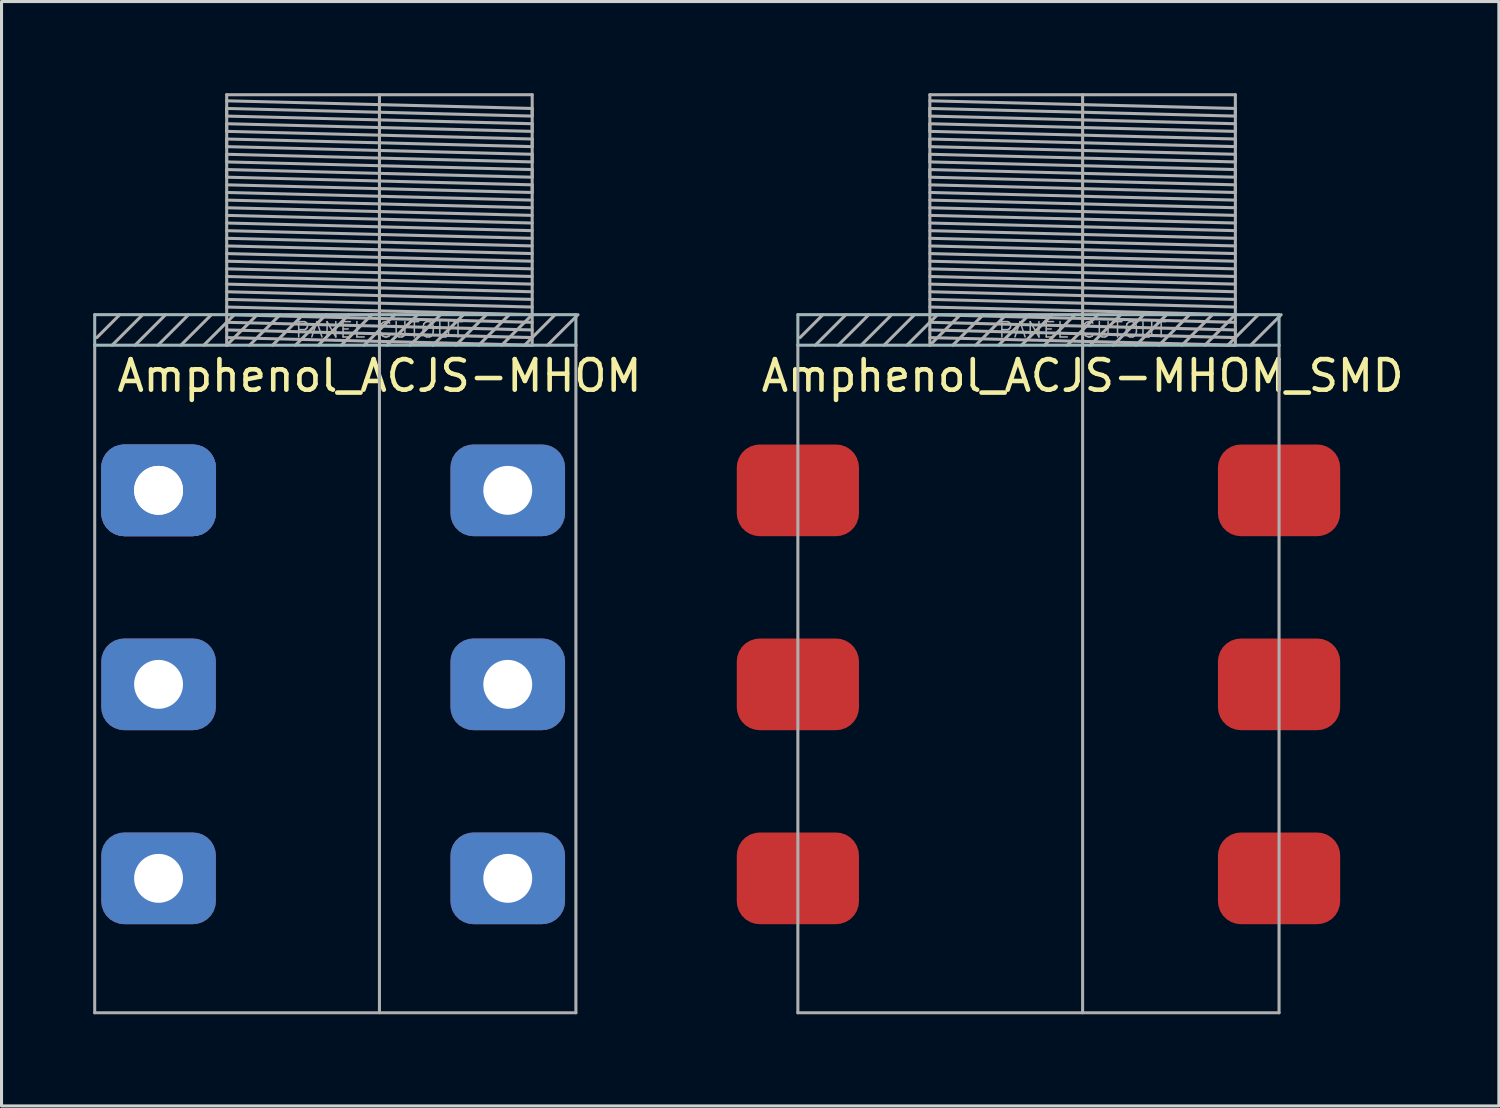
<source format=kicad_pcb>
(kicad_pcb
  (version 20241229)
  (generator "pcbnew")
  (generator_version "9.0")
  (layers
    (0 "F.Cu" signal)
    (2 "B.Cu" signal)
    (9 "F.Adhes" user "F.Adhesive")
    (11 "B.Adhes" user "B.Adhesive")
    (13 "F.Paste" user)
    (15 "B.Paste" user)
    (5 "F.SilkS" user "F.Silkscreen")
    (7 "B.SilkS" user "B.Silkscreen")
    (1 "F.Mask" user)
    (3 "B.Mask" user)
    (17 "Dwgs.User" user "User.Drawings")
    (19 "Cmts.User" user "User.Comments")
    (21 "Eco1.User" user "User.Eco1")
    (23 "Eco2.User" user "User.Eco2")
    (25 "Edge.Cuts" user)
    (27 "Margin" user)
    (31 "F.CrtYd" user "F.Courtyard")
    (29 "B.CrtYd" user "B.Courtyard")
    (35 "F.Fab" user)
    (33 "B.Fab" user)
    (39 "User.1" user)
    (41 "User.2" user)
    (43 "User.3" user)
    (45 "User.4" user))
  (footprint "Amphenol_ACJS-MHOM_SMD"
    (layer "F.Cu")
    (at 32.386 8.25)
    (property "Reference" "Amphenol_ACJS-MHOM_SMD" (at 0 1 0) (layer "F.SilkS") (effects (font (size 1 1) (thickness 0.15))))
    (attr through_hole)
    (fp_poly (pts (xy -9.32 0) (xy -9.32 -1) (xy 6.43 -1) (xy 6.43 0)) (stroke (width 0.01) (type solid)) (fill no) (layer "B.CrtYd"))
    (fp_line (start -9.32 -1) (end 6.43 -1) (stroke (width 0.1) (type solid)) (layer "F.Fab"))
    (fp_line (start -9.32 0) (end -9.32 -1) (stroke (width 0.1) (type solid)) (layer "F.Fab"))
    (fp_line (start -9.32 21.85) (end -9.32 0) (stroke (width 0.1) (type solid)) (layer "F.Fab"))
    (fp_line (start -8.5 -1) (end -9.25 -0.25) (stroke (width 0.1) (type solid)) (layer "F.Fab"))
    (fp_line (start -8 0) (end -7 -1) (stroke (width 0.1) (type solid)) (layer "F.Fab"))
    (fp_line (start -7.75 -1) (end -8.75 0) (stroke (width 0.1) (type solid)) (layer "F.Fab"))
    (fp_line (start -6.25 -1) (end -7.25 0) (stroke (width 0.1) (type solid)) (layer "F.Fab"))
    (fp_line (start -5.5 -1) (end -6.5 0) (stroke (width 0.1) (type solid)) (layer "F.Fab"))
    (fp_line (start -5 -8.2) (end 5 -8.2) (stroke (width 0.1) (type solid)) (layer "F.Fab"))
    (fp_line (start -5 -8) (end 5 -7.75) (stroke (width 0.1) (type solid)) (layer "F.Fab"))
    (fp_line (start -5 -7.75) (end -5 -7.5) (stroke (width 0.1) (type solid)) (layer "F.Fab"))
    (fp_line (start -5 -7.5) (end 5 -7.25) (stroke (width 0.1) (type solid)) (layer "F.Fab"))
    (fp_line (start -5 -7.25) (end -5 -7) (stroke (width 0.1) (type solid)) (layer "F.Fab"))
    (fp_line (start -5 -7) (end 5 -6.75) (stroke (width 0.1) (type solid)) (layer "F.Fab"))
    (fp_line (start -5 -6.75) (end -5 -6.5) (stroke (width 0.1) (type solid)) (layer "F.Fab"))
    (fp_line (start -5 -6.5) (end 5 -6.25) (stroke (width 0.1) (type solid)) (layer "F.Fab"))
    (fp_line (start -5 -6.25) (end -5 -6) (stroke (width 0.1) (type solid)) (layer "F.Fab"))
    (fp_line (start -5 -6) (end 5 -5.75) (stroke (width 0.1) (type solid)) (layer "F.Fab"))
    (fp_line (start -5 -5.75) (end -5 -5.5) (stroke (width 0.1) (type solid)) (layer "F.Fab"))
    (fp_line (start -5 -5.5) (end 5 -5.25) (stroke (width 0.1) (type solid)) (layer "F.Fab"))
    (fp_line (start -5 -5.25) (end 5 -5) (stroke (width 0.1) (type solid)) (layer "F.Fab"))
    (fp_line (start -5 -5) (end 5 -4.75) (stroke (width 0.1) (type solid)) (layer "F.Fab"))
    (fp_line (start -5 -4.75) (end 5 -4.5) (stroke (width 0.1) (type solid)) (layer "F.Fab"))
    (fp_line (start -5 -4.5) (end 5 -4.25) (stroke (width 0.1) (type solid)) (layer "F.Fab"))
    (fp_line (start -5 -4.25) (end 5 -4) (stroke (width 0.1) (type solid)) (layer "F.Fab"))
    (fp_line (start -5 -4) (end 5 -3.75) (stroke (width 0.1) (type solid)) (layer "F.Fab"))
    (fp_line (start -5 -3.75) (end 5 -3.5) (stroke (width 0.1) (type solid)) (layer "F.Fab"))
    (fp_line (start -5 -3.5) (end 5 -3.25) (stroke (width 0.1) (type solid)) (layer "F.Fab"))
    (fp_line (start -5 -3.25) (end 5 -3) (stroke (width 0.1) (type solid)) (layer "F.Fab"))
    (fp_line (start -5 -3) (end 5 -2.75) (stroke (width 0.1) (type solid)) (layer "F.Fab"))
    (fp_line (start -5 -2.75) (end 5 -2.5) (stroke (width 0.1) (type solid)) (layer "F.Fab"))
    (fp_line (start -5 -2.5) (end 5 -2.25) (stroke (width 0.1) (type solid)) (layer "F.Fab"))
    (fp_line (start -5 -2.25) (end 5 -2) (stroke (width 0.1) (type solid)) (layer "F.Fab"))
    (fp_line (start -5 -2) (end 5 -1.75) (stroke (width 0.1) (type solid)) (layer "F.Fab"))
    (fp_line (start -5 -1.75) (end 5 -1.5) (stroke (width 0.1) (type solid)) (layer "F.Fab"))
    (fp_line (start -5 -1.5) (end 5 -1.25) (stroke (width 0.1) (type solid)) (layer "F.Fab"))
    (fp_line (start -5 -1.25) (end 5 -1) (stroke (width 0.1) (type solid)) (layer "F.Fab"))
    (fp_line (start -5 -1) (end 5 -0.75) (stroke (width 0.1) (type solid)) (layer "F.Fab"))
    (fp_line (start -5 -0.75) (end 5 -0.5) (stroke (width 0.1) (type solid)) (layer "F.Fab"))
    (fp_line (start -5 -0.5) (end 5 -0.25) (stroke (width 0.1) (type solid)) (layer "F.Fab"))
    (fp_line (start -5 -0.25) (end 5 0) (stroke (width 0.1) (type solid)) (layer "F.Fab"))
    (fp_line (start -5 0) (end -5 -8.2) (stroke (width 0.1) (type solid)) (layer "F.Fab"))
    (fp_line (start -5 0) (end -4 -1) (stroke (width 0.1) (type solid)) (layer "F.Fab"))
    (fp_line (start -4.75 -1) (end -5.75 0) (stroke (width 0.1) (type solid)) (layer "F.Fab"))
    (fp_line (start -4.25 0) (end -3.25 -1) (stroke (width 0.1) (type solid)) (layer "F.Fab"))
    (fp_line (start -3.5 0) (end -2.5 -1) (stroke (width 0.1) (type solid)) (layer "F.Fab"))
    (fp_line (start -2.75 0) (end -1.75 -1) (stroke (width 0.1) (type solid)) (layer "F.Fab"))
    (fp_line (start -2 0) (end -1 -1) (stroke (width 0.1) (type solid)) (layer "F.Fab"))
    (fp_line (start -0.5 0) (end 0.5 -1) (stroke (width 0.1) (type solid)) (layer "F.Fab"))
    (fp_line (start -0.25 -1) (end -1.25 0) (stroke (width 0.1) (type solid)) (layer "F.Fab"))
    (fp_line (start 0 0) (end -9.32 0) (stroke (width 0.1) (type solid)) (layer "F.Fab"))
    (fp_line (start 0 0) (end 6.43 0) (stroke (width 0.1) (type solid)) (layer "F.Fab"))
    (fp_line (start 0 21.85) (end 0 -8.2) (stroke (width 0.1) (type solid)) (layer "F.Fab"))
    (fp_line (start 1 0) (end 2 -1) (stroke (width 0.1) (type solid)) (layer "F.Fab"))
    (fp_line (start 1.25 -1) (end 0.25 0) (stroke (width 0.1) (type solid)) (layer "F.Fab"))
    (fp_line (start 2.5 0) (end 3.5 -1) (stroke (width 0.1) (type solid)) (layer "F.Fab"))
    (fp_line (start 2.75 -1) (end 1.75 0) (stroke (width 0.1) (type solid)) (layer "F.Fab"))
    (fp_line (start 4 0) (end 5 -1) (stroke (width 0.1) (type solid)) (layer "F.Fab"))
    (fp_line (start 4.25 -1) (end 3.25 0) (stroke (width 0.1) (type solid)) (layer "F.Fab"))
    (fp_line (start 4.75 0) (end 5.75 -1) (stroke (width 0.1) (type solid)) (layer "F.Fab"))
    (fp_line (start 5 -8.2) (end 5 0) (stroke (width 0.1) (type solid)) (layer "F.Fab"))
    (fp_line (start 5 -7.75) (end 5 -7.5) (stroke (width 0.1) (type solid)) (layer "F.Fab"))
    (fp_line (start 5 -7.5) (end -5 -7.75) (stroke (width 0.1) (type solid)) (layer "F.Fab"))
    (fp_line (start 5 -7.25) (end 5 -7) (stroke (width 0.1) (type solid)) (layer "F.Fab"))
    (fp_line (start 5 -7) (end -5 -7.25) (stroke (width 0.1) (type solid)) (layer "F.Fab"))
    (fp_line (start 5 -6.75) (end 5 -6.5) (stroke (width 0.1) (type solid)) (layer "F.Fab"))
    (fp_line (start 5 -6.5) (end -5 -6.75) (stroke (width 0.1) (type solid)) (layer "F.Fab"))
    (fp_line (start 5 -6.25) (end 5 -6) (stroke (width 0.1) (type solid)) (layer "F.Fab"))
    (fp_line (start 5 -6) (end -5 -6.25) (stroke (width 0.1) (type solid)) (layer "F.Fab"))
    (fp_line (start 5 -5.75) (end 5 -5.5) (stroke (width 0.1) (type solid)) (layer "F.Fab"))
    (fp_line (start 5 -5.5) (end -5 -5.75) (stroke (width 0.1) (type solid)) (layer "F.Fab"))
    (fp_line (start 5 -5.25) (end 5 -5) (stroke (width 0.1) (type solid)) (layer "F.Fab"))
    (fp_line (start 5.5 0) (end 6.5 -1) (stroke (width 0.1) (type solid)) (layer "F.Fab"))
    (fp_line (start 6.43 -1) (end 6.43 0) (stroke (width 0.1) (type solid)) (layer "F.Fab"))
    (fp_line (start 6.43 0) (end 6.43 21.85) (stroke (width 0.1) (type solid)) (layer "F.Fab"))
    (fp_line (start 6.43 21.85) (end -9.32 21.85) (stroke (width 0.1) (type solid)) (layer "F.Fab"))
    (fp_text user "PANEL CUTOUT" (at 0 -0.5 0) (layer "F.Fab") (effects (font (size 0.5 0.5) (thickness 0.05))))
    (pad "R" smd roundrect (at -9.32 11.1 180) (size 4 3) (layers "F.Cu" "F.Mask" "F.Paste") (roundrect_rratio 0.25))
    (pad "RN" smd roundrect (at 6.43 11.1) (size 4 3) (layers "F.Cu" "F.Mask" "F.Paste") (roundrect_rratio 0.25))
    (pad "S" smd roundrect (at -9.32 4.75) (size 4 3) (layers "F.Cu" "F.Mask" "F.Paste") (roundrect_rratio 0.25))
    (pad "SN" smd roundrect (at 6.43 4.75) (size 4 3) (layers "F.Cu" "F.Mask" "F.Paste") (roundrect_rratio 0.25))
    (pad "T" smd roundrect (at -9.32 17.45) (size 4 3) (layers "F.Cu" "F.Mask" "F.Paste") (roundrect_rratio 0.25))
    (pad "TN" smd roundrect (at 6.43 17.45) (size 4 3) (layers "F.Cu" "F.Mask" "F.Paste") (roundrect_rratio 0.25)))
  (footprint "Amphenol_ACJS-MHOM"
    (layer "F.Cu")
    (at 9.37 8.25)
    (property "Reference" "Amphenol_ACJS-MHOM" (at 0 1 0) (layer "F.SilkS") (effects (font (size 1 1) (thickness 0.15))))
    (attr through_hole)
    (fp_poly (pts (xy -9.32 0) (xy -9.32 -1) (xy 6.43 -1) (xy 6.43 0)) (stroke (width 0.01) (type solid)) (fill no) (layer "B.CrtYd"))
    (fp_line (start -9.32 -1) (end 6.43 -1) (stroke (width 0.1) (type solid)) (layer "F.Fab"))
    (fp_line (start -9.32 0) (end -9.32 -1) (stroke (width 0.1) (type solid)) (layer "F.Fab"))
    (fp_line (start -9.32 21.85) (end -9.32 0) (stroke (width 0.1) (type solid)) (layer "F.Fab"))
    (fp_line (start -8.5 -1) (end -9.25 -0.25) (stroke (width 0.1) (type solid)) (layer "F.Fab"))
    (fp_line (start -8 0) (end -7 -1) (stroke (width 0.1) (type solid)) (layer "F.Fab"))
    (fp_line (start -7.75 -1) (end -8.75 0) (stroke (width 0.1) (type solid)) (layer "F.Fab"))
    (fp_line (start -6.25 -1) (end -7.25 0) (stroke (width 0.1) (type solid)) (layer "F.Fab"))
    (fp_line (start -5.5 -1) (end -6.5 0) (stroke (width 0.1) (type solid)) (layer "F.Fab"))
    (fp_line (start -5 -8.2) (end 5 -8.2) (stroke (width 0.1) (type solid)) (layer "F.Fab"))
    (fp_line (start -5 -8) (end 5 -7.75) (stroke (width 0.1) (type solid)) (layer "F.Fab"))
    (fp_line (start -5 -7.75) (end -5 -7.5) (stroke (width 0.1) (type solid)) (layer "F.Fab"))
    (fp_line (start -5 -7.5) (end 5 -7.25) (stroke (width 0.1) (type solid)) (layer "F.Fab"))
    (fp_line (start -5 -7.25) (end -5 -7) (stroke (width 0.1) (type solid)) (layer "F.Fab"))
    (fp_line (start -5 -7) (end 5 -6.75) (stroke (width 0.1) (type solid)) (layer "F.Fab"))
    (fp_line (start -5 -6.75) (end -5 -6.5) (stroke (width 0.1) (type solid)) (layer "F.Fab"))
    (fp_line (start -5 -6.5) (end 5 -6.25) (stroke (width 0.1) (type solid)) (layer "F.Fab"))
    (fp_line (start -5 -6.25) (end -5 -6) (stroke (width 0.1) (type solid)) (layer "F.Fab"))
    (fp_line (start -5 -6) (end 5 -5.75) (stroke (width 0.1) (type solid)) (layer "F.Fab"))
    (fp_line (start -5 -5.75) (end -5 -5.5) (stroke (width 0.1) (type solid)) (layer "F.Fab"))
    (fp_line (start -5 -5.5) (end 5 -5.25) (stroke (width 0.1) (type solid)) (layer "F.Fab"))
    (fp_line (start -5 -5.25) (end 5 -5) (stroke (width 0.1) (type solid)) (layer "F.Fab"))
    (fp_line (start -5 -5) (end 5 -4.75) (stroke (width 0.1) (type solid)) (layer "F.Fab"))
    (fp_line (start -5 -4.75) (end 5 -4.5) (stroke (width 0.1) (type solid)) (layer "F.Fab"))
    (fp_line (start -5 -4.5) (end 5 -4.25) (stroke (width 0.1) (type solid)) (layer "F.Fab"))
    (fp_line (start -5 -4.25) (end 5 -4) (stroke (width 0.1) (type solid)) (layer "F.Fab"))
    (fp_line (start -5 -4) (end 5 -3.75) (stroke (width 0.1) (type solid)) (layer "F.Fab"))
    (fp_line (start -5 -3.75) (end 5 -3.5) (stroke (width 0.1) (type solid)) (layer "F.Fab"))
    (fp_line (start -5 -3.5) (end 5 -3.25) (stroke (width 0.1) (type solid)) (layer "F.Fab"))
    (fp_line (start -5 -3.25) (end 5 -3) (stroke (width 0.1) (type solid)) (layer "F.Fab"))
    (fp_line (start -5 -3) (end 5 -2.75) (stroke (width 0.1) (type solid)) (layer "F.Fab"))
    (fp_line (start -5 -2.75) (end 5 -2.5) (stroke (width 0.1) (type solid)) (layer "F.Fab"))
    (fp_line (start -5 -2.5) (end 5 -2.25) (stroke (width 0.1) (type solid)) (layer "F.Fab"))
    (fp_line (start -5 -2.25) (end 5 -2) (stroke (width 0.1) (type solid)) (layer "F.Fab"))
    (fp_line (start -5 -2) (end 5 -1.75) (stroke (width 0.1) (type solid)) (layer "F.Fab"))
    (fp_line (start -5 -1.75) (end 5 -1.5) (stroke (width 0.1) (type solid)) (layer "F.Fab"))
    (fp_line (start -5 -1.5) (end 5 -1.25) (stroke (width 0.1) (type solid)) (layer "F.Fab"))
    (fp_line (start -5 -1.25) (end 5 -1) (stroke (width 0.1) (type solid)) (layer "F.Fab"))
    (fp_line (start -5 -1) (end 5 -0.75) (stroke (width 0.1) (type solid)) (layer "F.Fab"))
    (fp_line (start -5 -0.75) (end 5 -0.5) (stroke (width 0.1) (type solid)) (layer "F.Fab"))
    (fp_line (start -5 -0.5) (end 5 -0.25) (stroke (width 0.1) (type solid)) (layer "F.Fab"))
    (fp_line (start -5 -0.25) (end 5 0) (stroke (width 0.1) (type solid)) (layer "F.Fab"))
    (fp_line (start -5 0) (end -5 -8.2) (stroke (width 0.1) (type solid)) (layer "F.Fab"))
    (fp_line (start -5 0) (end -4 -1) (stroke (width 0.1) (type solid)) (layer "F.Fab"))
    (fp_line (start -4.75 -1) (end -5.75 0) (stroke (width 0.1) (type solid)) (layer "F.Fab"))
    (fp_line (start -4.25 0) (end -3.25 -1) (stroke (width 0.1) (type solid)) (layer "F.Fab"))
    (fp_line (start -3.5 0) (end -2.5 -1) (stroke (width 0.1) (type solid)) (layer "F.Fab"))
    (fp_line (start -2.75 0) (end -1.75 -1) (stroke (width 0.1) (type solid)) (layer "F.Fab"))
    (fp_line (start -2 0) (end -1 -1) (stroke (width 0.1) (type solid)) (layer "F.Fab"))
    (fp_line (start -0.5 0) (end 0.5 -1) (stroke (width 0.1) (type solid)) (layer "F.Fab"))
    (fp_line (start -0.25 -1) (end -1.25 0) (stroke (width 0.1) (type solid)) (layer "F.Fab"))
    (fp_line (start 0 0) (end -9.32 0) (stroke (width 0.1) (type solid)) (layer "F.Fab"))
    (fp_line (start 0 0) (end 6.43 0) (stroke (width 0.1) (type solid)) (layer "F.Fab"))
    (fp_line (start 0 21.85) (end 0 -8.2) (stroke (width 0.1) (type solid)) (layer "F.Fab"))
    (fp_line (start 1 0) (end 2 -1) (stroke (width 0.1) (type solid)) (layer "F.Fab"))
    (fp_line (start 1.25 -1) (end 0.25 0) (stroke (width 0.1) (type solid)) (layer "F.Fab"))
    (fp_line (start 2.5 0) (end 3.5 -1) (stroke (width 0.1) (type solid)) (layer "F.Fab"))
    (fp_line (start 2.75 -1) (end 1.75 0) (stroke (width 0.1) (type solid)) (layer "F.Fab"))
    (fp_line (start 4 0) (end 5 -1) (stroke (width 0.1) (type solid)) (layer "F.Fab"))
    (fp_line (start 4.25 -1) (end 3.25 0) (stroke (width 0.1) (type solid)) (layer "F.Fab"))
    (fp_line (start 4.75 0) (end 5.75 -1) (stroke (width 0.1) (type solid)) (layer "F.Fab"))
    (fp_line (start 5 -8.2) (end 5 0) (stroke (width 0.1) (type solid)) (layer "F.Fab"))
    (fp_line (start 5 -7.75) (end 5 -7.5) (stroke (width 0.1) (type solid)) (layer "F.Fab"))
    (fp_line (start 5 -7.5) (end -5 -7.75) (stroke (width 0.1) (type solid)) (layer "F.Fab"))
    (fp_line (start 5 -7.25) (end 5 -7) (stroke (width 0.1) (type solid)) (layer "F.Fab"))
    (fp_line (start 5 -7) (end -5 -7.25) (stroke (width 0.1) (type solid)) (layer "F.Fab"))
    (fp_line (start 5 -6.75) (end 5 -6.5) (stroke (width 0.1) (type solid)) (layer "F.Fab"))
    (fp_line (start 5 -6.5) (end -5 -6.75) (stroke (width 0.1) (type solid)) (layer "F.Fab"))
    (fp_line (start 5 -6.25) (end 5 -6) (stroke (width 0.1) (type solid)) (layer "F.Fab"))
    (fp_line (start 5 -6) (end -5 -6.25) (stroke (width 0.1) (type solid)) (layer "F.Fab"))
    (fp_line (start 5 -5.75) (end 5 -5.5) (stroke (width 0.1) (type solid)) (layer "F.Fab"))
    (fp_line (start 5 -5.5) (end -5 -5.75) (stroke (width 0.1) (type solid)) (layer "F.Fab"))
    (fp_line (start 5 -5.25) (end 5 -5) (stroke (width 0.1) (type solid)) (layer "F.Fab"))
    (fp_line (start 5.5 0) (end 6.5 -1) (stroke (width 0.1) (type solid)) (layer "F.Fab"))
    (fp_line (start 6.43 -1) (end 6.43 0) (stroke (width 0.1) (type solid)) (layer "F.Fab"))
    (fp_line (start 6.43 0) (end 6.43 21.85) (stroke (width 0.1) (type solid)) (layer "F.Fab"))
    (fp_line (start 6.43 21.85) (end -9.32 21.85) (stroke (width 0.1) (type solid)) (layer "F.Fab"))
    (fp_text user "PANEL CUTOUT" (at 0 -0.5 0) (layer "F.Fab") (effects (font (size 0.5 0.5) (thickness 0.05))))
    (pad "CHASSIS" thru_hole roundrect (at -7.23 4.75) (size 3.75 3) (drill 1.6) (layers "*.Cu" "*.Mask") (roundrect_rratio 0.25))
    (pad "R" thru_hole roundrect (at -7.23 11.1) (size 3.75 3) (drill 1.6) (layers "*.Cu" "*.Mask") (roundrect_rratio 0.25))
    (pad "RN" thru_hole roundrect (at 4.2 11.1) (size 3.75 3) (drill 1.6) (layers "*.Cu" "*.Mask") (roundrect_rratio 0.25))
    (pad "S" thru_hole roundrect (at -7.23 4.75) (size 3.75 3) (drill 1.6) (layers "*.Cu" "*.Mask") (roundrect_rratio 0.25))
    (pad "SN" thru_hole roundrect (at 4.2 4.75) (size 3.75 3) (drill 1.6) (layers "*.Cu" "*.Mask") (roundrect_rratio 0.25))
    (pad "T" thru_hole roundrect (at -7.23 17.45) (size 3.75 3) (drill 1.6) (layers "*.Cu" "*.Mask") (roundrect_rratio 0.25))
    (pad "TN" thru_hole roundrect (at 4.2 17.45) (size 3.75 3) (drill 1.6) (layers "*.Cu" "*.Mask") (roundrect_rratio 0.25)))
  (gr_rect
    (start -3 -3)
    (end 46.011 33.15)
    (stroke (width 0.1) (type default))
    (fill no)
    (layer "Edge.Cuts")))
</source>
